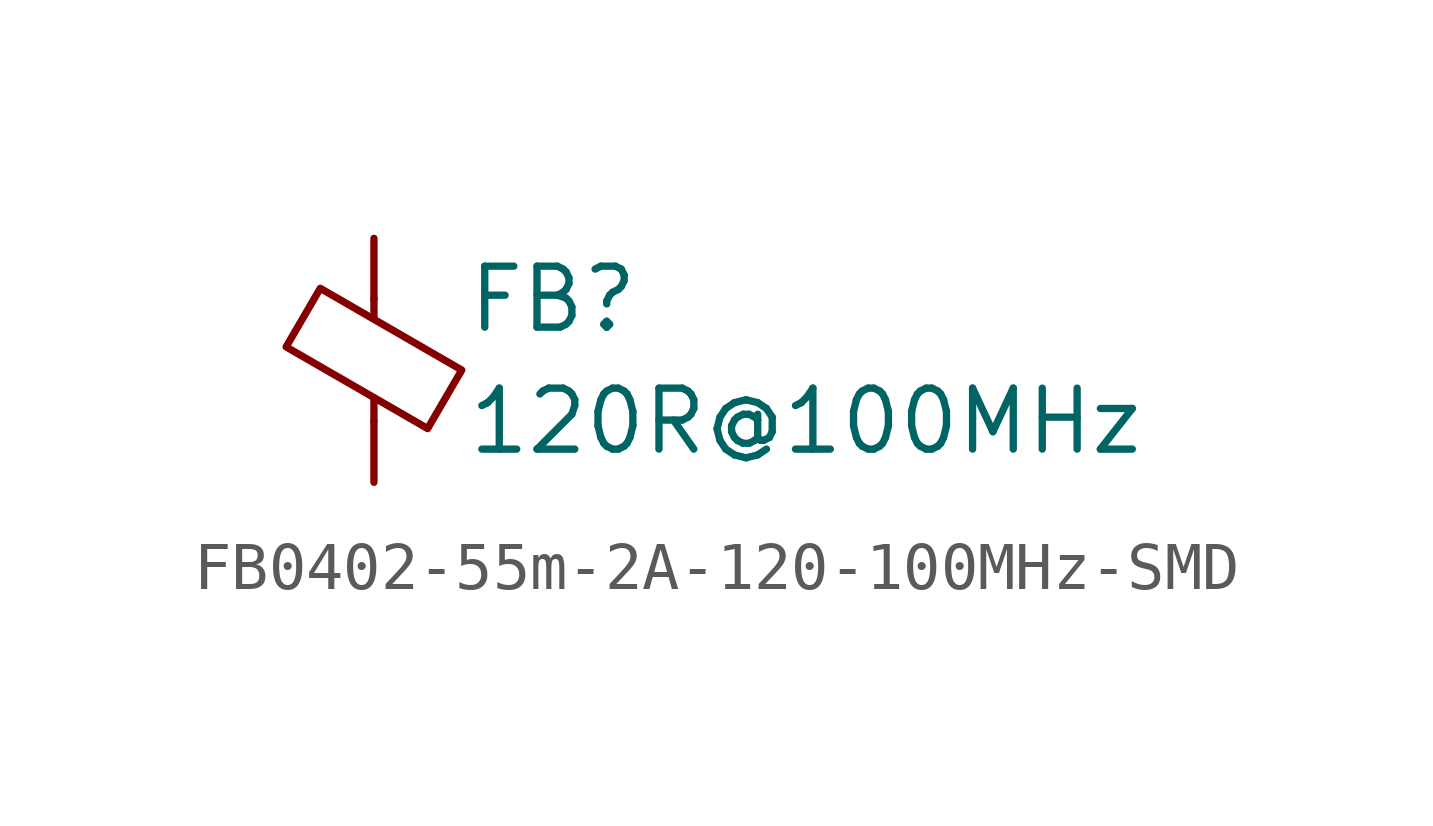
<source format=kicad_sym>
(kicad_symbol_lib
  (version 20241209)
  (generator "kicad_symbol_editor")
  (generator_version "9.0")
  (symbol "FB0402-55m-2A-120-100MHz-SMD"
    (pin_numbers
      (hide yes))
    (pin_names
      (offset 0))
    (property "Reference" "FB"
      (at 1.905 1.27 0)
      (effects (font (size 1.27 1.27)) (justify left)))
    (property "Value" "120R@100MHz"
      (at 1.905 -1.27 0)
      (effects (font (size 1.27 1.27)) (justify left)))
    (symbol "FB0402-55m-2A-120-100MHz-SMD_0_1"
      (polyline (pts (xy -1.829 0.279) (xy -1.118 1.499) (xy 1.829 -0.203) (xy 1.118 -1.422) (xy -1.829 0.279)) (stroke (width 0) (type default)) (fill (type none)))
      (polyline (pts (xy 0 0.889) (xy 0 1.295)) (stroke (width 0) (type default)) (fill (type none)))
      (polyline (pts (xy 0 -1.27) (xy 0 -0.787)) (stroke (width 0) (type default)) (fill (type none))))
    (symbol "FB0402-55m-2A-120-100MHz-SMD_1_1"
      (pin passive line (at 0 2.54 270) (length 1.27) (name "~" (effects (font (size 1.27 1.27)))) (number "1" (effects (font (size 1.27 1.27)))))
      (pin passive line (at 0 -2.54 90) (length 1.27) (name "~" (effects (font (size 1.27 1.27)))) (number "2" (effects (font (size 1.27 1.27))))))))
</source>
